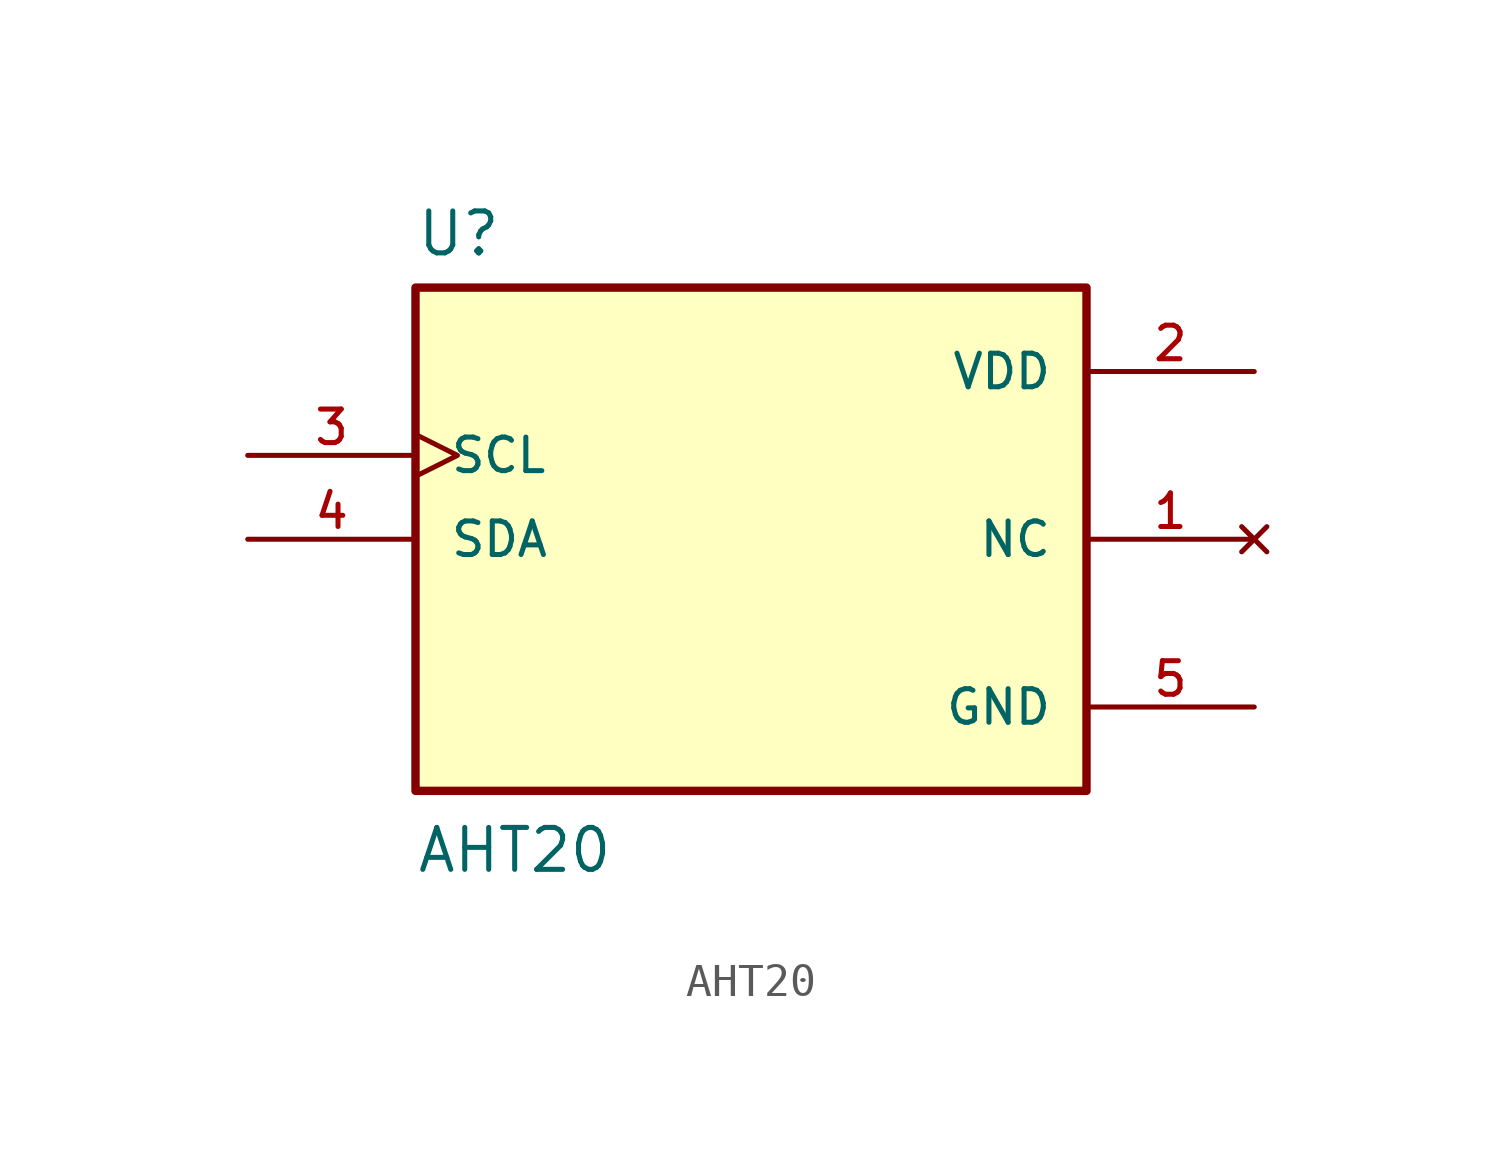
<source format=kicad_sym>
(kicad_symbol_lib
  (version 20211014)
  (generator kicad_symbol_editor)
  (symbol "AHT20"
    (pin_names
      (offset 1.016))
    (property "Reference" "U"
      (at -10.16 8.509 0)
      (effects (font (size 1.27 1.27)) (justify bottom left)))
    (property "Value" "AHT20"
      (at -10.16 -10.16 0)
      (effects (font (size 1.27 1.27)) (justify bottom left)))
    (symbol "AHT20_0_0"
      (rectangle (start -10.16 -7.62) (end 10.16 7.62) (stroke (width 0.254)) (fill (type background)))
      (pin power_in line (at 15.24 5.08 180.0) (length 5.08) (name "VDD" (effects (font (size 1.016 1.016)))) (number "2" (effects (font (size 1.016 1.016)))))
      (pin power_in line (at 15.24 -5.08 180.0) (length 5.08) (name "GND" (effects (font (size 1.016 1.016)))) (number "5" (effects (font (size 1.016 1.016)))))
      (pin no_connect line (at 15.24 0.0 180.0) (length 5.08) (name "NC" (effects (font (size 1.016 1.016)))) (number "1" (effects (font (size 1.016 1.016)))))
      (pin no_connect line (at 15.24 0.0 180.0) (length 5.08) hide (name "NC" (effects (font (size 1.016 1.016)))) (number "6" (effects (font (size 1.016 1.016)))))
      (pin input clock (at -15.24 2.54 0) (length 5.08) (name "SCL" (effects (font (size 1.016 1.016)))) (number "3" (effects (font (size 1.016 1.016)))))
      (pin bidirectional line (at -15.24 0.0 0) (length 5.08) (name "SDA" (effects (font (size 1.016 1.016)))) (number "4" (effects (font (size 1.016 1.016))))))))
</source>
